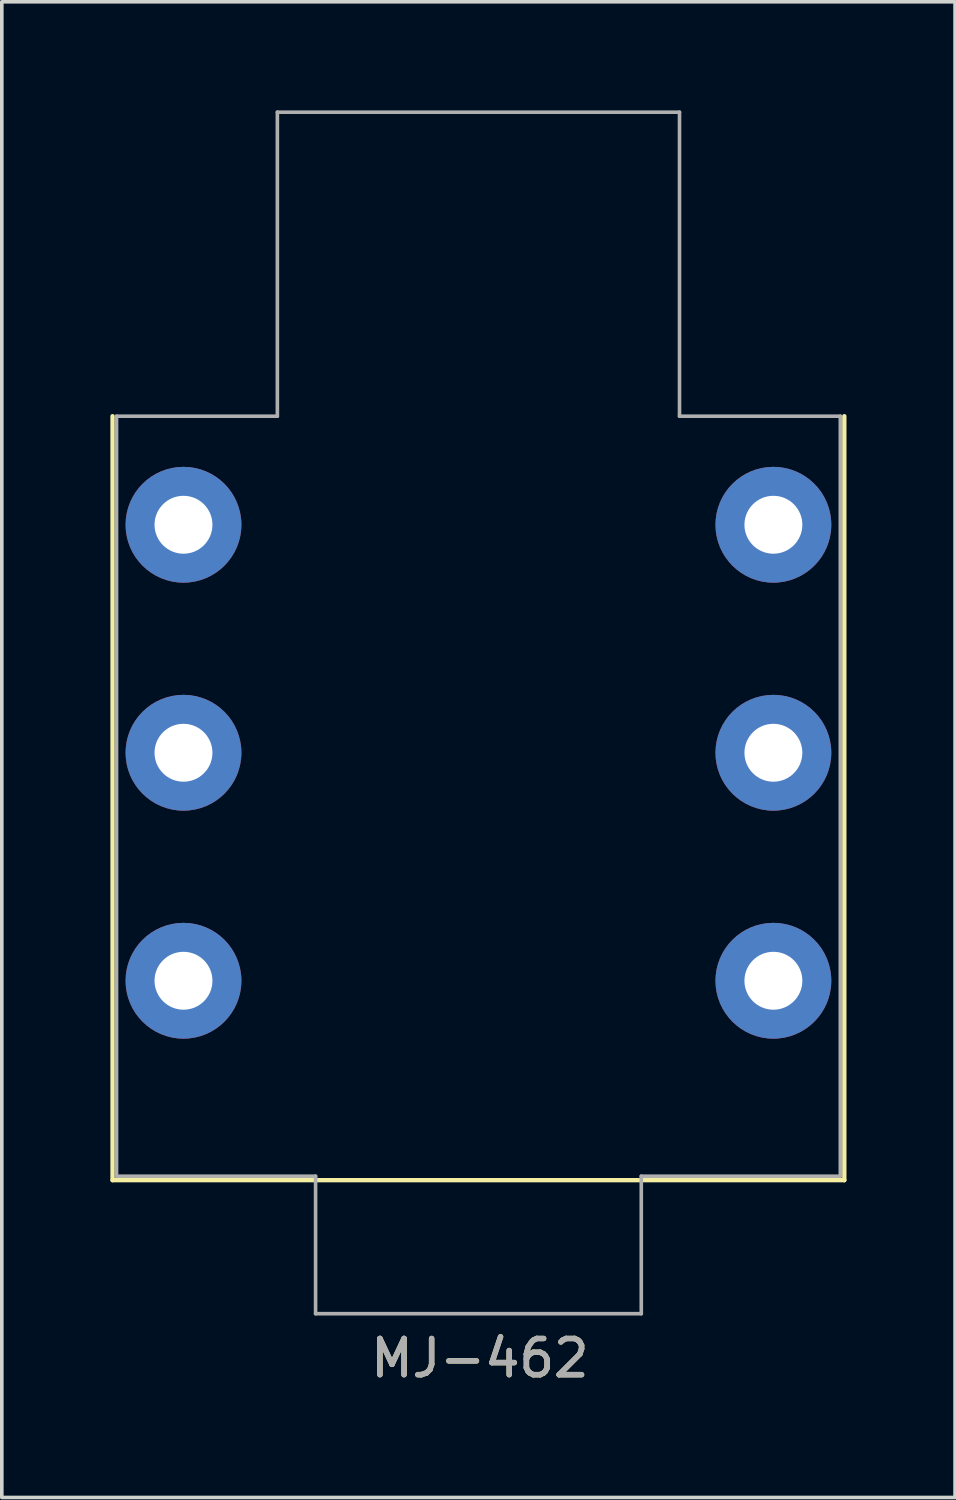
<source format=kicad_pcb>
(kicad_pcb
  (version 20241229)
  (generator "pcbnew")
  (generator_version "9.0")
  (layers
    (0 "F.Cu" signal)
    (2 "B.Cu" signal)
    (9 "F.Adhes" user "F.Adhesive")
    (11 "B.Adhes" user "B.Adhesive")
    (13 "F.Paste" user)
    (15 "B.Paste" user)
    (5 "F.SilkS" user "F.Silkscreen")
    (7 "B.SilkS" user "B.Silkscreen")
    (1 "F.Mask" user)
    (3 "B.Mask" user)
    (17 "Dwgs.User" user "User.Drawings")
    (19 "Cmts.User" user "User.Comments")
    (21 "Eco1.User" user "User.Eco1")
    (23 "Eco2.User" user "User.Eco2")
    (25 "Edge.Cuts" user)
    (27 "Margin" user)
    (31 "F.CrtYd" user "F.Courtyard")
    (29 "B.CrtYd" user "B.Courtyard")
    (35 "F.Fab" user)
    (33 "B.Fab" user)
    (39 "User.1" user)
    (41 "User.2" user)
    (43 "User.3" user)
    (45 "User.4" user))
  (footprint "MJ-462"
    (layer "F.Cu")
    (at 10.17 8.45)
    (property "Reference" "MJ-462" (at 0.04 26.03 0) (layer "F.SilkS") (effects (font (size 1 1) (thickness 0.15))))
    (attr through_hole)
    (fp_line (start -10.11 0) (end -10.11 21.11) (stroke (width 0.12) (type solid)) (layer "F.SilkS"))
    (fp_line (start -10.11 21.11) (end 10.11 21.11) (stroke (width 0.12) (type solid)) (layer "F.SilkS"))
    (fp_line (start 10.11 0) (end 10.11 21.11) (stroke (width 0.12) (type solid)) (layer "F.SilkS"))
    (fp_line (start -10 21) (end -10 0) (stroke (width 0.1) (type solid)) (layer "F.Fab"))
    (fp_line (start -5.556 0) (end -10 0) (stroke (width 0.1) (type solid)) (layer "F.Fab"))
    (fp_line (start -5.556 0) (end -5.556 -8.4) (stroke (width 0.1) (type solid)) (layer "F.Fab"))
    (fp_line (start -4.5 21) (end -10 21) (stroke (width 0.1) (type solid)) (layer "F.Fab"))
    (fp_line (start -4.5 24.8) (end -4.5 21) (stroke (width 0.1) (type solid)) (layer "F.Fab"))
    (fp_line (start 4.5 24.8) (end -4.5 24.8) (stroke (width 0.1) (type solid)) (layer "F.Fab"))
    (fp_line (start 4.5 24.8) (end 4.5 21) (stroke (width 0.1) (type solid)) (layer "F.Fab"))
    (fp_line (start 5.556 -8.4) (end -5.556 -8.4) (stroke (width 0.1) (type solid)) (layer "F.Fab"))
    (fp_line (start 5.556 0) (end 5.556 -8.4) (stroke (width 0.1) (type solid)) (layer "F.Fab"))
    (fp_line (start 10 0) (end 5.556 0) (stroke (width 0.1) (type solid)) (layer "F.Fab"))
    (fp_line (start 10 21) (end 4.5 21) (stroke (width 0.1) (type solid)) (layer "F.Fab"))
    (fp_line (start 10 21) (end 10 0) (stroke (width 0.1) (type solid)) (layer "F.Fab"))
    (fp_text user "${REFERENCE}" (at 0.04 26.03 0) (layer "F.Fab") (effects (font (size 1 1) (thickness 0.15))))
    (pad "R" thru_hole circle (at -8.15 9.3) (size 3.2 3.2) (drill 1.6) (layers "*.Cu" "*.Mask"))
    (pad "RS" thru_hole circle (at 8.15 9.3 270) (size 3.2 3.2) (drill 1.6) (layers "*.Cu" "*.Mask"))
    (pad "S" thru_hole circle (at -8.15 3 270) (size 3.2 3.2) (drill 1.6) (layers "*.Cu" "*.Mask"))
    (pad "SS" thru_hole circle (at 8.15 3 270) (size 3.2 3.2) (drill 1.6) (layers "*.Cu" "*.Mask"))
    (pad "T" thru_hole circle (at -8.15 15.6 270) (size 3.2 3.2) (drill 1.6) (layers "*.Cu" "*.Mask"))
    (pad "TS" thru_hole circle (at 8.15 15.6 270) (size 3.2 3.2) (drill 1.6) (layers "*.Cu" "*.Mask")))
  (gr_rect
    (start -3 -3)
    (end 23.34 38.328)
    (stroke (width 0.1) (type default))
    (fill no)
    (layer "Edge.Cuts")))
</source>
